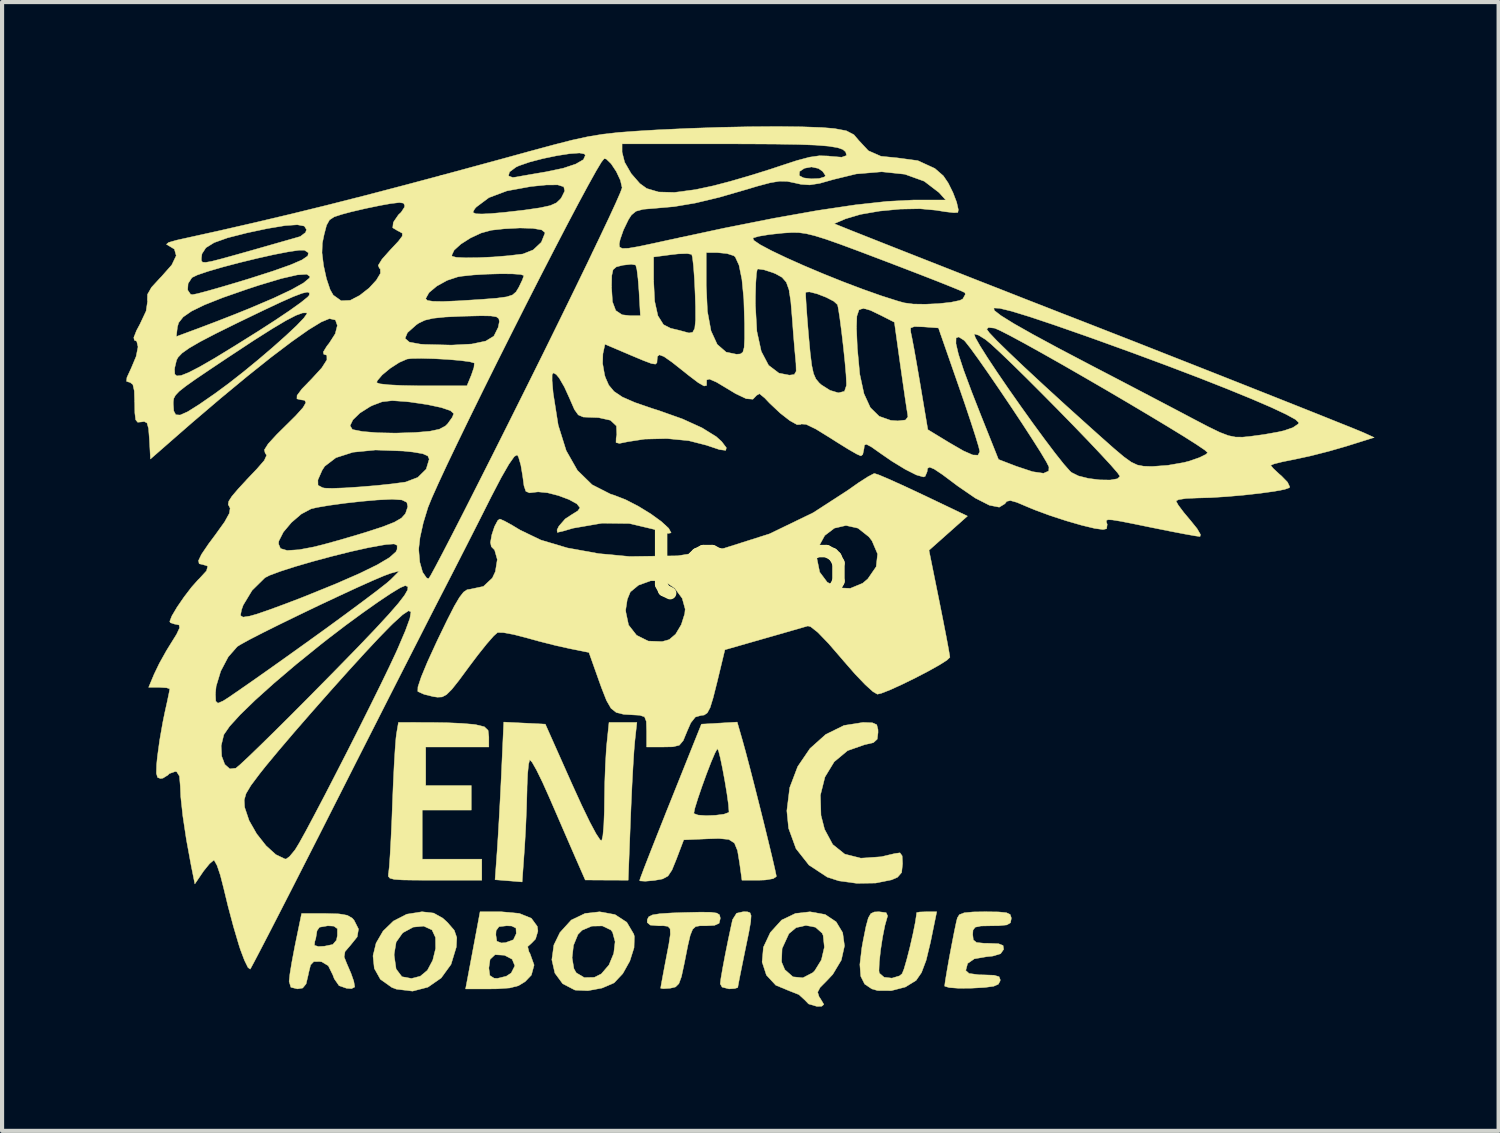
<source format=kicad_pcb>
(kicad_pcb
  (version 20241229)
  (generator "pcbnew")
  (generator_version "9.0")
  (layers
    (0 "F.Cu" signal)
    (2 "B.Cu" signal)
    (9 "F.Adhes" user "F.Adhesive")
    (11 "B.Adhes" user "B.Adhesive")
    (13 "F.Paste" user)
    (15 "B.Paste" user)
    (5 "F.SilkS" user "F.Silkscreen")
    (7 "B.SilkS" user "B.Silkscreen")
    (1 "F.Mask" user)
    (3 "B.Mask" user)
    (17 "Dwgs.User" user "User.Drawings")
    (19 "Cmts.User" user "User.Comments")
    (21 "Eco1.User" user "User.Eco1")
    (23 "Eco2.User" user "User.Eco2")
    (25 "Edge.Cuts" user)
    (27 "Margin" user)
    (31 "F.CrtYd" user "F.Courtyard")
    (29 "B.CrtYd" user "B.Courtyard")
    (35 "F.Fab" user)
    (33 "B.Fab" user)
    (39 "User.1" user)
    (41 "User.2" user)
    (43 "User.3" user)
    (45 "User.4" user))
  (footprint "logo"
    (layer "F.Cu")
    (at 15.019 10.584)
    (property "Reference" "logo" (at 0 0 0) (layer "F.SilkS") (effects (font (size 1.524 1.524) (thickness 0.3))))
    (attr through_hole)
    (fp_poly (pts (xy -0.023 8.383) (xy 0.041 8.405) (xy 0.068 8.476) (xy 0.058 8.623) (xy 0.014 8.875) (xy -0.065 9.259) (xy -0.085 9.356) (xy -0.156 9.707) (xy -0.213 9.99) (xy -0.247 10.169) (xy -0.254 10.212) (xy -0.327 10.236) (xy -0.466 10.245) (xy -0.633 10.202) (xy -0.677 10.123) (xy -0.661 9.989) (xy -0.617 9.734) (xy -0.555 9.406) (xy -0.483 9.049) (xy -0.41 8.708) (xy -0.38 8.572) (xy -0.283 8.418) (xy -0.125 8.382) (xy -0.023 8.383)) (stroke (width 0.01) (type solid)) (fill yes) (layer "F.SilkS"))
    (fp_poly (pts (xy -7.674 3.811) (xy -7.285 3.817) (xy -6.923 3.833) (xy -6.647 3.856) (xy -6.583 3.864) (xy -6.373 3.915) (xy -6.283 4.002) (xy -6.265 4.16) (xy -6.265 4.403) (xy -7.789 4.403) (xy -7.789 5.334) (xy -6.689 5.334) (xy -6.689 5.927) (xy -7.874 5.927) (xy -7.874 7.112) (xy -6.435 7.112) (xy -6.435 7.62) (xy -7.579 7.62) (xy -8.038 7.619) (xy -8.353 7.614) (xy -8.55 7.6) (xy -8.655 7.572) (xy -8.693 7.527) (xy -8.69 7.46) (xy -8.684 7.429) (xy -8.668 7.284) (xy -8.649 7.001) (xy -8.628 6.614) (xy -8.607 6.156) (xy -8.594 5.8) (xy -8.574 5.302) (xy -8.552 4.844) (xy -8.529 4.462) (xy -8.508 4.19) (xy -8.495 4.085) (xy -8.448 3.81) (xy -7.674 3.811)) (stroke (width 0.01) (type solid)) (fill yes) (layer "F.SilkS"))
    (fp_poly (pts (xy -7.597 8.414) (xy -7.377 8.537) (xy -7.264 8.64) (xy -7.099 8.831) (xy -7.039 9.006) (xy -7.051 9.236) (xy -7.178 9.653) (xy -7.416 9.981) (xy -7.736 10.203) (xy -8.106 10.299) (xy -8.498 10.251) (xy -8.608 10.209) (xy -8.884 10.013) (xy -9.031 9.75) (xy -9.062 9.449) (xy -9.06 9.438) (xy -8.551 9.438) (xy -8.504 9.764) (xy -8.364 9.95) (xy -8.133 9.993) (xy -7.92 9.938) (xy -7.749 9.796) (xy -7.62 9.553) (xy -7.55 9.269) (xy -7.553 9.004) (xy -7.637 8.822) (xy -7.838 8.729) (xy -8.091 8.753) (xy -8.334 8.885) (xy -8.355 8.905) (xy -8.503 9.114) (xy -8.551 9.403) (xy -8.551 9.438) (xy -9.06 9.438) (xy -8.988 9.139) (xy -8.819 8.848) (xy -8.569 8.606) (xy -8.248 8.441) (xy -7.879 8.382) (xy -7.597 8.414)) (stroke (width 0.01) (type solid)) (fill yes) (layer "F.SilkS"))
    (fp_poly (pts (xy 2.998 3.819) (xy 3.102 3.866) (xy 3.132 3.984) (xy 3.133 4.053) (xy 3.113 4.215) (xy 3.021 4.299) (xy 2.809 4.348) (xy 2.807 4.348) (xy 2.397 4.492) (xy 2.074 4.761) (xy 1.851 5.128) (xy 1.741 5.568) (xy 1.755 6.053) (xy 1.842 6.392) (xy 2.039 6.758) (xy 2.329 6.99) (xy 2.718 7.088) (xy 3.209 7.054) (xy 3.535 6.977) (xy 3.662 6.959) (xy 3.715 7.032) (xy 3.725 7.221) (xy 3.703 7.434) (xy 3.604 7.549) (xy 3.459 7.612) (xy 3.074 7.689) (xy 2.623 7.696) (xy 2.186 7.636) (xy 1.905 7.545) (xy 1.465 7.255) (xy 1.152 6.858) (xy 0.973 6.366) (xy 0.931 5.944) (xy 1 5.385) (xy 1.193 4.876) (xy 1.49 4.44) (xy 1.869 4.101) (xy 2.311 3.883) (xy 2.772 3.81) (xy 2.998 3.819)) (stroke (width 0.01) (type solid)) (fill yes) (layer "F.SilkS"))
    (fp_poly (pts (xy -3.219 8.45) (xy -2.934 8.636) (xy -2.766 8.921) (xy -2.751 8.977) (xy -2.759 9.251) (xy -2.861 9.573) (xy -3.03 9.875) (xy -3.234 10.093) (xy -3.251 10.104) (xy -3.533 10.225) (xy -3.873 10.288) (xy -4.175 10.275) (xy -4.191 10.271) (xy -4.482 10.12) (xy -4.67 9.864) (xy -4.744 9.54) (xy -4.737 9.493) (xy -4.255 9.493) (xy -4.211 9.756) (xy -4.155 9.856) (xy -3.962 9.971) (xy -3.719 9.966) (xy -3.549 9.882) (xy -3.364 9.666) (xy -3.249 9.388) (xy -3.216 9.105) (xy -3.278 8.875) (xy -3.319 8.822) (xy -3.523 8.724) (xy -3.779 8.729) (xy -4.013 8.828) (xy -4.113 8.93) (xy -4.221 9.193) (xy -4.255 9.493) (xy -4.737 9.493) (xy -4.695 9.185) (xy -4.548 8.883) (xy -4.275 8.582) (xy -3.94 8.422) (xy -3.589 8.383) (xy -3.219 8.45)) (stroke (width 0.01) (type solid)) (fill yes) (layer "F.SilkS"))
    (fp_poly (pts (xy -0.903 8.394) (xy -0.76 8.414) (xy -0.695 8.456) (xy -0.678 8.525) (xy -0.677 8.548) (xy -0.705 8.661) (xy -0.817 8.711) (xy -1.014 8.721) (xy -1.167 8.721) (xy -1.272 8.74) (xy -1.344 8.807) (xy -1.402 8.95) (xy -1.46 9.198) (xy -1.535 9.578) (xy -1.55 9.652) (xy -1.614 9.949) (xy -1.676 10.118) (xy -1.757 10.198) (xy -1.882 10.228) (xy -1.887 10.229) (xy -2.054 10.24) (xy -2.117 10.229) (xy -2.102 10.139) (xy -2.063 9.925) (xy -2.007 9.627) (xy -1.99 9.539) (xy -1.918 9.164) (xy -1.882 8.925) (xy -1.888 8.792) (xy -1.943 8.734) (xy -2.052 8.72) (xy -2.165 8.721) (xy -2.368 8.704) (xy -2.441 8.641) (xy -2.439 8.572) (xy -2.405 8.504) (xy -2.314 8.458) (xy -2.135 8.429) (xy -1.838 8.41) (xy -1.544 8.4) (xy -1.154 8.391) (xy -0.903 8.394)) (stroke (width 0.01) (type solid)) (fill yes) (layer "F.SilkS"))
    (fp_poly (pts (xy 4.401 9.112) (xy 4.295 9.552) (xy 4.182 9.852) (xy 4.052 10.04) (xy 4.052 10.04) (xy 3.792 10.2) (xy 3.455 10.287) (xy 3.122 10.285) (xy 2.983 10.245) (xy 2.81 10.129) (xy 2.716 9.941) (xy 2.694 9.657) (xy 2.742 9.251) (xy 2.774 9.074) (xy 2.842 8.736) (xy 2.898 8.531) (xy 2.959 8.426) (xy 3.044 8.387) (xy 3.156 8.382) (xy 3.329 8.404) (xy 3.364 8.482) (xy 3.356 8.51) (xy 3.299 8.712) (xy 3.242 8.998) (xy 3.194 9.312) (xy 3.163 9.599) (xy 3.155 9.806) (xy 3.164 9.864) (xy 3.279 9.963) (xy 3.468 9.985) (xy 3.652 9.93) (xy 3.714 9.878) (xy 3.76 9.764) (xy 3.827 9.533) (xy 3.903 9.236) (xy 3.975 8.922) (xy 4.032 8.64) (xy 4.062 8.441) (xy 4.064 8.403) (xy 4.137 8.388) (xy 4.307 8.382) (xy 4.55 8.382) (xy 4.401 9.112)) (stroke (width 0.01) (type solid)) (fill yes) (layer "F.SilkS"))
    (fp_poly (pts (xy 1.856 8.448) (xy 2.121 8.625) (xy 2.279 8.887) (xy 2.323 9.205) (xy 2.246 9.55) (xy 2.041 9.893) (xy 1.901 10.042) (xy 1.733 10.212) (xy 1.675 10.324) (xy 1.708 10.431) (xy 1.746 10.488) (xy 1.824 10.619) (xy 1.774 10.664) (xy 1.659 10.668) (xy 1.456 10.608) (xy 1.361 10.51) (xy 1.222 10.383) (xy 1.007 10.298) (xy 1.002 10.297) (xy 0.663 10.156) (xy 0.437 9.912) (xy 0.334 9.596) (xy 0.334 9.593) (xy 0.803 9.593) (xy 0.882 9.78) (xy 1.078 9.953) (xy 1.318 9.977) (xy 1.558 9.852) (xy 1.604 9.806) (xy 1.765 9.545) (xy 1.837 9.237) (xy 1.808 8.956) (xy 1.783 8.899) (xy 1.622 8.756) (xy 1.391 8.712) (xy 1.154 8.766) (xy 0.981 8.911) (xy 0.816 9.271) (xy 0.803 9.593) (xy 0.334 9.593) (xy 0.365 9.238) (xy 0.532 8.883) (xy 0.805 8.582) (xy 1.14 8.422) (xy 1.491 8.383) (xy 1.856 8.448)) (stroke (width 0.01) (type solid)) (fill yes) (layer "F.SilkS"))
    (fp_poly (pts (xy -5.529 8.422) (xy -5.238 8.54) (xy -5.095 8.735) (xy -5.08 8.848) (xy -5.137 9.04) (xy -5.228 9.135) (xy -5.327 9.224) (xy -5.297 9.347) (xy -5.271 9.392) (xy -5.172 9.669) (xy -5.238 9.912) (xy -5.388 10.069) (xy -5.551 10.168) (xy -5.76 10.222) (xy -6.065 10.243) (xy -6.219 10.245) (xy -6.827 10.245) (xy -6.732 9.742) (xy -6.265 9.742) (xy -6.241 9.921) (xy -6.14 9.986) (xy -6.06 9.991) (xy -5.844 9.939) (xy -5.725 9.861) (xy -5.637 9.687) (xy -5.702 9.529) (xy -5.889 9.432) (xy -6.115 9.419) (xy -6.235 9.532) (xy -6.265 9.742) (xy -6.732 9.742) (xy -6.581 8.938) (xy -6.096 8.938) (xy -6.072 9.093) (xy -5.963 9.135) (xy -5.863 9.128) (xy -5.672 9.058) (xy -5.603 8.911) (xy -5.61 8.777) (xy -5.713 8.726) (xy -5.836 8.721) (xy -6.02 8.742) (xy -6.089 8.835) (xy -6.096 8.938) (xy -6.581 8.938) (xy -6.477 8.382) (xy -5.967 8.382) (xy -5.529 8.422)) (stroke (width 0.01) (type solid)) (fill yes) (layer "F.SilkS"))
    (fp_poly (pts (xy -9.886 8.433) (xy -9.685 8.467) (xy -9.563 8.537) (xy -9.518 8.589) (xy -9.412 8.799) (xy -9.444 8.989) (xy -9.604 9.188) (xy -9.738 9.344) (xy -9.759 9.473) (xy -9.697 9.629) (xy -9.593 9.871) (xy -9.526 10.061) (xy -9.503 10.199) (xy -9.581 10.239) (xy -9.701 10.23) (xy -9.882 10.167) (xy -9.997 10.001) (xy -10.033 9.906) (xy -10.142 9.686) (xy -10.298 9.592) (xy -10.349 9.584) (xy -10.492 9.586) (xy -10.569 9.666) (xy -10.619 9.867) (xy -10.625 9.901) (xy -10.678 10.124) (xy -10.76 10.224) (xy -10.887 10.245) (xy -11.045 10.206) (xy -11.088 10.064) (xy -11.087 10.054) (xy -11.069 9.886) (xy -11.023 9.604) (xy -10.958 9.26) (xy -10.945 9.193) (xy -10.477 9.193) (xy -10.379 9.222) (xy -10.235 9.214) (xy -10.033 9.172) (xy -9.944 9.068) (xy -9.922 8.954) (xy -9.922 8.791) (xy -10.009 8.729) (xy -10.154 8.721) (xy -10.356 8.756) (xy -10.414 8.841) (xy -10.444 9.025) (xy -10.468 9.101) (xy -10.477 9.193) (xy -10.945 9.193) (xy -10.935 9.144) (xy -10.786 8.424) (xy -10.212 8.424) (xy -9.886 8.433)) (stroke (width 0.01) (type solid)) (fill yes) (layer "F.SilkS"))
    (fp_poly (pts (xy 6.044 8.386) (xy 6.233 8.405) (xy 6.323 8.447) (xy 6.349 8.523) (xy 6.35 8.551) (xy 6.33 8.649) (xy 6.242 8.7) (xy 6.048 8.719) (xy 5.884 8.721) (xy 5.618 8.726) (xy 5.479 8.755) (xy 5.426 8.827) (xy 5.419 8.932) (xy 5.434 9.062) (xy 5.511 9.124) (xy 5.693 9.143) (xy 5.806 9.144) (xy 6.044 9.154) (xy 6.152 9.196) (xy 6.166 9.285) (xy 6.165 9.292) (xy 6.093 9.395) (xy 5.906 9.452) (xy 5.758 9.467) (xy 5.457 9.519) (xy 5.296 9.631) (xy 5.251 9.8) (xy 5.33 9.872) (xy 5.571 9.904) (xy 5.679 9.906) (xy 5.934 9.915) (xy 6.056 9.95) (xy 6.084 10.025) (xy 6.08 10.054) (xy 6.038 10.132) (xy 5.926 10.181) (xy 5.71 10.21) (xy 5.397 10.227) (xy 5.083 10.23) (xy 4.853 10.213) (xy 4.745 10.181) (xy 4.741 10.173) (xy 4.757 10.05) (xy 4.797 9.809) (xy 4.852 9.497) (xy 4.915 9.164) (xy 4.975 8.857) (xy 5.024 8.624) (xy 5.048 8.53) (xy 5.097 8.452) (xy 5.213 8.407) (xy 5.431 8.386) (xy 5.721 8.382) (xy 6.044 8.386)) (stroke (width 0.01) (type solid)) (fill yes) (layer "F.SilkS"))
    (fp_poly (pts (xy -4.901 3.852) (xy -4.252 5.309) (xy -4.022 5.813) (xy -3.828 6.214) (xy -3.677 6.496) (xy -3.577 6.647) (xy -3.539 6.663) (xy -3.511 6.54) (xy -3.489 6.288) (xy -3.476 5.95) (xy -3.473 5.706) (xy -3.466 5.269) (xy -3.45 4.828) (xy -3.428 4.454) (xy -3.417 4.33) (xy -3.363 3.81) (xy -2.69 3.81) (xy -2.739 4.255) (xy -2.759 4.49) (xy -2.782 4.855) (xy -2.807 5.31) (xy -2.83 5.816) (xy -2.844 6.16) (xy -2.9 7.62) (xy -3.419 7.618) (xy -3.937 7.615) (xy -4.168 7.089) (xy -4.297 6.792) (xy -4.469 6.396) (xy -4.659 5.957) (xy -4.81 5.61) (xy -4.971 5.251) (xy -5.112 4.963) (xy -5.219 4.774) (xy -5.276 4.712) (xy -5.278 4.713) (xy -5.305 4.819) (xy -5.328 5.05) (xy -5.342 5.361) (xy -5.343 5.454) (xy -5.355 5.883) (xy -5.376 6.381) (xy -5.403 6.849) (xy -5.407 6.9) (xy -5.461 7.662) (xy -5.788 7.635) (xy -6.115 7.609) (xy -6.065 6.916) (xy -6.042 6.562) (xy -6.015 6.098) (xy -5.987 5.579) (xy -5.962 5.065) (xy -5.96 5.013) (xy -5.905 3.802) (xy -4.901 3.852)) (stroke (width 0.01) (type solid)) (fill yes) (layer "F.SilkS"))
    (fp_poly (pts (xy -0.139 4.25) (xy -0.065 4.518) (xy 0.031 4.882) (xy 0.141 5.309) (xy 0.258 5.771) (xy 0.374 6.235) (xy 0.481 6.672) (xy 0.572 7.05) (xy 0.639 7.338) (xy 0.674 7.505) (xy 0.677 7.532) (xy 0.601 7.583) (xy 0.404 7.615) (xy 0.262 7.62) (xy -0.153 7.62) (xy -0.209 7.214) (xy -0.26 6.906) (xy -0.335 6.723) (xy -0.471 6.636) (xy -0.709 6.613) (xy -0.977 6.621) (xy -1.559 6.646) (xy -1.736 7.112) (xy -1.843 7.375) (xy -1.939 7.519) (xy -2.067 7.589) (xy -2.269 7.626) (xy -2.486 7.645) (xy -2.612 7.637) (xy -2.625 7.626) (xy -2.594 7.537) (xy -2.51 7.313) (xy -2.379 6.977) (xy -2.211 6.551) (xy -2.015 6.058) (xy -1.993 6.001) (xy -1.315 6.001) (xy -1.313 6.01) (xy -1.214 6.047) (xy -1.018 6.061) (xy -0.789 6.052) (xy -0.587 6.026) (xy -0.473 5.984) (xy -0.466 5.969) (xy -0.479 5.795) (xy -0.515 5.535) (xy -0.565 5.232) (xy -0.621 4.929) (xy -0.675 4.668) (xy -0.72 4.493) (xy -0.747 4.444) (xy -0.805 4.55) (xy -0.897 4.766) (xy -1.007 5.05) (xy -1.119 5.359) (xy -1.218 5.649) (xy -1.289 5.877) (xy -1.315 6.001) (xy -1.993 6.001) (xy -1.878 5.715) (xy -1.132 3.852) (xy -0.7 3.827) (xy -0.268 3.802) (xy -0.139 4.25)) (stroke (width 0.01) (type solid)) (fill yes) (layer "F.SilkS"))
    (fp_poly (pts (xy 3.152 -2.167) (xy 3.379 -2.071) (xy 3.697 -1.928) (xy 4.078 -1.751) (xy 4.213 -1.687) (xy 5.292 -1.172) (xy 4.363 -0.346) (xy 4.616 0.906) (xy 4.704 1.349) (xy 4.779 1.734) (xy 4.834 2.029) (xy 4.864 2.206) (xy 4.868 2.238) (xy 4.797 2.307) (xy 4.609 2.426) (xy 4.34 2.576) (xy 4.029 2.738) (xy 3.712 2.893) (xy 3.427 3.023) (xy 3.212 3.107) (xy 3.117 3.129) (xy 3.011 3.068) (xy 2.823 2.898) (xy 2.579 2.643) (xy 2.302 2.326) (xy 2.27 2.288) (xy 1.937 1.903) (xy 1.68 1.637) (xy 1.506 1.499) (xy 1.439 1.481) (xy 1.31 1.518) (xy 1.057 1.591) (xy 0.717 1.689) (xy 0.374 1.787) (xy -0.565 2.056) (xy -0.756 2.849) (xy -0.849 3.217) (xy -0.921 3.451) (xy -0.989 3.579) (xy -1.065 3.632) (xy -1.139 3.641) (xy -1.278 3.68) (xy -1.389 3.821) (xy -1.477 4.022) (xy -1.571 4.249) (xy -1.666 4.361) (xy -1.821 4.399) (xy -2.039 4.403) (xy -2.455 4.403) (xy -2.455 4.022) (xy -2.462 3.787) (xy -2.506 3.675) (xy -2.623 3.637) (xy -2.752 3.63) (xy -3.01 3.615) (xy -3.187 3.571) (xy -3.315 3.47) (xy -3.424 3.281) (xy -3.544 2.975) (xy -3.608 2.797) (xy -3.848 2.121) (xy -4.316 2.027) (xy -4.654 1.952) (xy -5.056 1.85) (xy -5.363 1.765) (xy -5.666 1.687) (xy -5.913 1.642) (xy -6.053 1.639) (xy -6.056 1.64) (xy -6.149 1.723) (xy -6.316 1.914) (xy -6.531 2.183) (xy -6.739 2.459) (xy -6.986 2.794) (xy -7.16 3.013) (xy -7.287 3.139) (xy -7.393 3.195) (xy -7.504 3.201) (xy -7.605 3.187) (xy -7.826 3.133) (xy -7.973 3.067) (xy -7.981 3.06) (xy -7.977 2.952) (xy -7.897 2.711) (xy -7.747 2.349) (xy -7.533 1.882) (xy -7.488 1.787) (xy -7.266 1.329) (xy -7.162 1.126) (xy -2.961 1.126) (xy -2.891 1.458) (xy -2.698 1.705) (xy -2.416 1.846) (xy -2.08 1.858) (xy -1.909 1.81) (xy -1.755 1.679) (xy -1.618 1.449) (xy -1.535 1.187) (xy -1.524 1.074) (xy -1.596 0.813) (xy -1.777 0.569) (xy -2.013 0.408) (xy -2.067 0.39) (xy -2.355 0.39) (xy -2.65 0.496) (xy -2.848 0.659) (xy -2.922 0.839) (xy -2.96 1.088) (xy -2.961 1.126) (xy -7.162 1.126) (xy -7.1 1.004) (xy -6.974 0.79) (xy -6.876 0.664) (xy -6.791 0.606) (xy -6.712 0.593) (xy -6.396 0.526) (xy -6.181 0.324) (xy -6.108 0.169) (xy -6.061 -0.123) (xy -6.07 -0.156) (xy 1.655 -0.156) (xy 1.724 0.181) (xy 1.906 0.424) (xy 2.165 0.56) (xy 2.463 0.573) (xy 2.762 0.449) (xy 2.885 0.345) (xy 3.088 0.05) (xy 3.122 -0.258) (xy 2.987 -0.574) (xy 2.913 -0.671) (xy 2.649 -0.88) (xy 2.359 -0.945) (xy 2.08 -0.881) (xy 1.846 -0.703) (xy 1.694 -0.425) (xy 1.655 -0.156) (xy -6.07 -0.156) (xy -6.126 -0.353) (xy -6.205 -0.434) (xy -6.226 -0.536) (xy -6.193 -0.721) (xy -6.127 -0.921) (xy -6.049 -1.067) (xy -6 -1.101) (xy -5.9 -1.059) (xy -5.704 -0.952) (xy -5.512 -0.836) (xy -5.009 -0.594) (xy -4.367 -0.403) (xy -3.61 -0.266) (xy -2.862 -0.196) (xy -1.708 -0.213) (xy -0.581 -0.396) (xy 0.512 -0.743) (xy 1.566 -1.253) (xy 2.391 -1.787) (xy 2.663 -1.978) (xy 2.888 -2.122) (xy 3.028 -2.196) (xy 3.048 -2.201) (xy 3.152 -2.167)) (stroke (width 0.01) (type solid)) (fill yes) (layer "F.SilkS"))
    (fp_poly (pts (xy 1.302 -10.572) (xy 1.78 -10.555) (xy 2.08 -10.53) (xy 2.368 -10.476) (xy 2.55 -10.381) (xy 2.67 -10.24) (xy 2.9 -9.994) (xy 3.203 -9.861) (xy 3.605 -9.821) (xy 4.094 -9.755) (xy 4.504 -9.567) (xy 4.71 -9.388) (xy 4.828 -9.214) (xy 4.942 -8.984) (xy 5.031 -8.751) (xy 5.072 -8.57) (xy 5.06 -8.504) (xy 4.964 -8.498) (xy 4.753 -8.522) (xy 4.532 -8.558) (xy 4.144 -8.594) (xy 3.668 -8.585) (xy 3.168 -8.537) (xy 2.708 -8.457) (xy 2.35 -8.351) (xy 2.337 -8.345) (xy 2.074 -8.233) (xy 2.286 -8.148) (xy 2.484 -8.068) (xy 2.815 -7.937) (xy 3.252 -7.764) (xy 3.772 -7.559) (xy 4.349 -7.332) (xy 4.957 -7.093) (xy 5.571 -6.851) (xy 6.167 -6.618) (xy 6.718 -6.401) (xy 7.201 -6.213) (xy 7.588 -6.061) (xy 7.832 -5.967) (xy 8.25 -5.804) (xy 8.761 -5.604) (xy 9.345 -5.376) (xy 9.981 -5.125) (xy 10.65 -4.862) (xy 11.332 -4.593) (xy 12.007 -4.326) (xy 12.655 -4.069) (xy 13.257 -3.83) (xy 13.792 -3.617) (xy 14.24 -3.437) (xy 14.583 -3.3) (xy 14.799 -3.211) (xy 14.859 -3.186) (xy 15.113 -3.07) (xy 14.436 -2.858) (xy 14.023 -2.739) (xy 13.58 -2.626) (xy 13.201 -2.544) (xy 13.187 -2.541) (xy 12.902 -2.484) (xy 12.698 -2.433) (xy 12.615 -2.399) (xy 12.615 -2.398) (xy 12.674 -2.325) (xy 12.819 -2.189) (xy 12.874 -2.142) (xy 13.021 -1.991) (xy 13.074 -1.878) (xy 13.065 -1.857) (xy 12.949 -1.816) (xy 12.703 -1.77) (xy 12.363 -1.723) (xy 11.969 -1.679) (xy 11.558 -1.643) (xy 11.168 -1.618) (xy 10.841 -1.609) (xy 10.572 -1.598) (xy 10.387 -1.569) (xy 10.329 -1.536) (xy 10.381 -1.439) (xy 10.517 -1.258) (xy 10.675 -1.07) (xy 10.837 -0.869) (xy 10.919 -0.727) (xy 10.908 -0.678) (xy 10.785 -0.695) (xy 10.533 -0.74) (xy 10.188 -0.806) (xy 9.787 -0.887) (xy 9.779 -0.888) (xy 9.317 -0.983) (xy 8.997 -1.046) (xy 8.794 -1.079) (xy 8.685 -1.085) (xy 8.645 -1.064) (xy 8.65 -1.019) (xy 8.667 -0.974) (xy 8.652 -0.867) (xy 8.568 -0.847) (xy 8.364 -0.875) (xy 8.049 -0.951) (xy 7.672 -1.06) (xy 7.28 -1.188) (xy 6.92 -1.321) (xy 6.755 -1.389) (xy 6.486 -1.503) (xy 6.329 -1.547) (xy 6.242 -1.528) (xy 6.195 -1.469) (xy 6.06 -1.387) (xy 5.821 -1.434) (xy 5.483 -1.606) (xy 5.052 -1.902) (xy 4.995 -1.945) (xy 4.689 -2.174) (xy 4.49 -2.307) (xy 4.378 -2.354) (xy 4.328 -2.323) (xy 4.318 -2.244) (xy 4.27 -2.131) (xy 4.229 -2.117) (xy 4.057 -2.166) (xy 3.79 -2.301) (xy 3.464 -2.5) (xy 3.196 -2.685) (xy 2.972 -2.843) (xy 2.852 -2.906) (xy 2.803 -2.885) (xy 2.794 -2.801) (xy 2.764 -2.66) (xy 2.72 -2.625) (xy 2.621 -2.668) (xy 2.417 -2.785) (xy 2.143 -2.955) (xy 1.988 -3.054) (xy 1.631 -3.274) (xy 1.397 -3.387) (xy 1.279 -3.396) (xy 1.269 -3.385) (xy 1.177 -3.38) (xy 1.001 -3.478) (xy 0.769 -3.659) (xy 0.511 -3.902) (xy 0.398 -4.022) (xy 0.27 -4.127) (xy 0.2 -4.087) (xy 0.199 -4.085) (xy 0.111 -3.994) (xy -0.05 -4.007) (xy -0.304 -4.127) (xy -0.479 -4.233) (xy -0.768 -4.406) (xy -0.938 -4.48) (xy -1.005 -4.46) (xy -1.006 -4.424) (xy -1.007 -4.326) (xy -1.068 -4.313) (xy -1.209 -4.394) (xy -1.45 -4.577) (xy -1.544 -4.653) (xy -1.843 -4.889) (xy -2.036 -5.024) (xy -2.146 -5.066) (xy -2.194 -5.027) (xy -2.201 -4.953) (xy -2.206 -4.875) (xy -2.242 -4.841) (xy -2.339 -4.856) (xy -2.528 -4.927) (xy -2.839 -5.057) (xy -2.878 -5.074) (xy -3.461 -5.322) (xy -3.511 -5.09) (xy -3.518 -4.858) (xy -3.469 -4.579) (xy -3.453 -4.525) (xy -3.37 -4.335) (xy -3.242 -4.182) (xy -3.041 -4.047) (xy -2.739 -3.915) (xy -2.308 -3.767) (xy -2.159 -3.72) (xy -1.59 -3.518) (xy -1.119 -3.304) (xy -0.775 -3.091) (xy -0.643 -2.972) (xy -0.53 -2.823) (xy -0.545 -2.759) (xy -0.694 -2.777) (xy -0.986 -2.875) (xy -1.001 -2.881) (xy -1.44 -2.993) (xy -1.965 -3.044) (xy -2.503 -3.031) (xy -2.905 -2.969) (xy -3.112 -2.927) (xy -3.194 -2.948) (xy -3.191 -3.056) (xy -3.175 -3.135) (xy -3.184 -3.349) (xy -3.329 -3.486) (xy -3.618 -3.55) (xy -3.795 -3.556) (xy -3.985 -3.564) (xy -4.105 -3.615) (xy -4.198 -3.745) (xy -4.306 -3.992) (xy -4.317 -4.018) (xy -4.441 -4.29) (xy -4.565 -4.504) (xy -4.636 -4.59) (xy -4.704 -4.631) (xy -4.737 -4.59) (xy -4.738 -4.441) (xy -4.713 -4.153) (xy -4.71 -4.129) (xy -4.59 -3.368) (xy -4.397 -2.753) (xy -4.126 -2.276) (xy -3.771 -1.929) (xy -3.329 -1.704) (xy -3.235 -1.674) (xy -2.964 -1.569) (xy -2.659 -1.412) (xy -2.358 -1.228) (xy -2.1 -1.041) (xy -1.922 -0.877) (xy -1.863 -0.768) (xy -1.933 -0.754) (xy -2.115 -0.796) (xy -2.287 -0.855) (xy -2.87 -0.993) (xy -3.529 -1.001) (xy -4.23 -0.88) (xy -4.473 -0.809) (xy -4.611 -0.778) (xy -4.618 -0.839) (xy -4.574 -0.928) (xy -4.421 -1.104) (xy -4.27 -1.203) (xy -4.117 -1.298) (xy -4.064 -1.373) (xy -4.139 -1.468) (xy -4.329 -1.572) (xy -4.583 -1.667) (xy -4.848 -1.735) (xy -5.074 -1.757) (xy -5.123 -1.752) (xy -5.284 -1.733) (xy -5.371 -1.77) (xy -5.416 -1.902) (xy -5.448 -2.138) (xy -5.492 -2.402) (xy -5.548 -2.595) (xy -5.58 -2.65) (xy -5.65 -2.611) (xy -5.781 -2.425) (xy -5.967 -2.101) (xy -6.204 -1.647) (xy -6.228 -1.599) (xy -6.495 -1.069) (xy -6.8 -0.468) (xy -7.104 0.128) (xy -7.364 0.634) (xy -7.516 0.929) (xy -7.734 1.355) (xy -8.008 1.894) (xy -8.329 2.524) (xy -8.687 3.228) (xy -9.071 3.985) (xy -9.472 4.775) (xy -9.879 5.58) (xy -9.948 5.715) (xy -10.334 6.478) (xy -10.699 7.195) (xy -11.034 7.853) (xy -11.333 8.437) (xy -11.588 8.933) (xy -11.792 9.326) (xy -11.937 9.603) (xy -12.016 9.749) (xy -12.028 9.768) (xy -12.081 9.728) (xy -12.165 9.558) (xy -12.266 9.291) (xy -12.303 9.175) (xy -12.431 8.743) (xy -12.562 8.251) (xy -12.669 7.81) (xy -12.749 7.497) (xy -12.828 7.264) (xy -12.893 7.146) (xy -12.911 7.139) (xy -13.01 7.223) (xy -13.148 7.393) (xy -13.18 7.439) (xy -13.364 7.71) (xy -13.454 7.263) (xy -13.569 6.637) (xy -13.654 6.072) (xy -13.696 5.683) (xy -12.172 5.683) (xy -12.163 5.843) (xy -12.158 5.871) (xy -12.054 6.18) (xy -11.872 6.499) (xy -11.646 6.786) (xy -11.408 7.002) (xy -11.191 7.106) (xy -11.161 7.109) (xy -11.078 7.049) (xy -10.953 6.898) (xy -10.939 6.879) (xy -10.842 6.719) (xy -10.683 6.432) (xy -10.475 6.041) (xy -10.228 5.571) (xy -9.958 5.047) (xy -9.674 4.493) (xy -9.391 3.933) (xy -9.121 3.392) (xy -8.875 2.894) (xy -8.667 2.464) (xy -8.508 2.125) (xy -8.466 2.031) (xy -8.279 1.593) (xy -8.172 1.299) (xy -8.146 1.141) (xy -8.203 1.114) (xy -8.346 1.209) (xy -8.578 1.42) (xy -8.643 1.484) (xy -8.907 1.754) (xy -9.254 2.125) (xy -9.658 2.568) (xy -10.094 3.055) (xy -10.537 3.557) (xy -10.962 4.045) (xy -11.341 4.49) (xy -11.651 4.863) (xy -11.804 5.056) (xy -12.012 5.334) (xy -12.128 5.529) (xy -12.172 5.683) (xy -13.696 5.683) (xy -13.704 5.606) (xy -13.715 5.355) (xy -13.736 5.108) (xy -13.802 5.003) (xy -13.838 4.995) (xy -13.982 5.047) (xy -14.012 5.08) (xy -14.134 5.156) (xy -14.195 5.165) (xy -14.264 5.139) (xy -14.293 5.039) (xy -14.287 4.829) (xy -14.268 4.636) (xy -14.232 4.374) (xy -12.729 4.374) (xy -12.716 4.625) (xy -12.641 4.824) (xy -12.519 4.932) (xy -12.374 4.915) (xy -12.279 4.836) (xy -12.083 4.654) (xy -11.802 4.383) (xy -11.453 4.041) (xy -11.053 3.644) (xy -10.62 3.209) (xy -10.613 3.202) (xy -9.969 2.549) (xy -9.437 2.004) (xy -9.013 1.56) (xy -8.687 1.207) (xy -8.452 0.937) (xy -8.301 0.741) (xy -8.226 0.61) (xy -8.219 0.536) (xy -8.273 0.509) (xy -8.287 0.508) (xy -8.405 0.558) (xy -8.631 0.695) (xy -8.942 0.903) (xy -9.313 1.165) (xy -9.72 1.463) (xy -10.138 1.782) (xy -10.329 1.932) (xy -10.921 2.411) (xy -11.451 2.862) (xy -11.905 3.27) (xy -12.268 3.622) (xy -12.525 3.904) (xy -12.661 4.101) (xy -12.666 4.112) (xy -12.729 4.374) (xy -14.232 4.374) (xy -14.214 4.241) (xy -14.138 3.807) (xy -14.09 3.572) (xy -14.028 3.292) (xy -13.991 3.114) (xy -12.867 3.114) (xy -12.859 3.298) (xy -12.807 3.346) (xy -12.682 3.292) (xy -12.564 3.217) (xy -12.33 3.057) (xy -11.999 2.827) (xy -11.591 2.54) (xy -11.128 2.211) (xy -10.671 1.884) (xy -10.171 1.524) (xy -9.708 1.185) (xy -9.301 0.883) (xy -8.972 0.635) (xy -8.742 0.455) (xy -8.636 0.364) (xy -8.424 0.152) (xy -8.636 0.209) (xy -8.803 0.271) (xy -9.089 0.393) (xy -9.467 0.563) (xy -9.907 0.767) (xy -10.382 0.99) (xy -10.862 1.221) (xy -11.32 1.444) (xy -11.726 1.646) (xy -12.053 1.814) (xy -12.271 1.935) (xy -12.34 1.979) (xy -12.558 2.228) (xy -12.739 2.572) (xy -12.85 2.937) (xy -12.867 3.114) (xy -13.991 3.114) (xy -13.985 3.085) (xy -13.97 3) (xy -14.044 2.974) (xy -14.221 2.963) (xy -14.225 2.963) (xy -14.48 2.963) (xy -14.348 2.647) (xy -14.221 2.383) (xy -14.05 2.077) (xy -13.966 1.941) (xy -13.804 1.68) (xy -13.733 1.528) (xy -13.744 1.458) (xy -13.831 1.439) (xy -13.843 1.439) (xy -13.956 1.402) (xy -13.97 1.371) (xy -13.921 1.243) (xy -13.913 1.229) (xy -12.263 1.229) (xy -12.2 1.268) (xy -12.038 1.243) (xy -11.865 1.194) (xy -11.572 1.093) (xy -11.199 0.956) (xy -10.783 0.797) (xy -10.695 0.762) (xy -9.961 0.464) (xy -9.382 0.211) (xy -8.952 0.000154) (xy -8.663 -0.172) (xy -8.509 -0.309) (xy -8.48 -0.37) (xy -7.959 -0.37) (xy -7.933 -0.062) (xy -7.864 0.183) (xy -7.768 0.322) (xy -7.72 0.339) (xy -7.672 0.265) (xy -7.556 0.052) (xy -7.378 -0.286) (xy -7.145 -0.737) (xy -6.863 -1.288) (xy -6.54 -1.926) (xy -6.181 -2.637) (xy -5.794 -3.409) (xy -5.385 -4.229) (xy -5.351 -4.297) (xy -4.94 -5.125) (xy -4.553 -5.911) (xy -4.196 -6.642) (xy -4.17 -6.695) (xy -3.302 -6.695) (xy -3.28 -6.347) (xy -3.2 -6.135) (xy -3.046 -6.033) (xy -2.852 -6.011) (xy -2.606 -6.011) (xy -2.639 -6.599) (xy -2.662 -6.899) (xy -2.69 -7.126) (xy -2.719 -7.234) (xy -2.719 -7.235) (xy -2.827 -7.253) (xy -3.023 -7.231) (xy -3.034 -7.229) (xy -3.186 -7.19) (xy -3.266 -7.121) (xy -3.297 -6.977) (xy -3.302 -6.71) (xy -3.302 -6.695) (xy -4.17 -6.695) (xy -3.875 -7.303) (xy -3.815 -7.429) (xy -2.286 -7.429) (xy -2.286 -6.86) (xy -2.261 -6.361) (xy -2.183 -6.01) (xy -2.048 -5.795) (xy -1.875 -5.707) (xy -1.677 -5.66) (xy -1.566 -5.63) (xy -1.432 -5.594) (xy -1.343 -5.611) (xy -1.293 -5.705) (xy -1.273 -5.902) (xy -1.274 -6.226) (xy -1.283 -6.513) (xy -1.293 -6.744) (xy -1.016 -6.744) (xy -0.987 -6.117) (xy -0.9 -5.644) (xy -0.75 -5.318) (xy -0.536 -5.132) (xy -0.287 -5.08) (xy -0.19 -5.087) (xy -0.131 -5.131) (xy -0.1 -5.244) (xy -0.089 -5.46) (xy -0.09 -5.812) (xy -0.09 -5.821) (xy -0.104 -6.272) (xy 0.171 -6.272) (xy 0.207 -5.635) (xy 0.313 -5.15) (xy 0.49 -4.814) (xy 0.74 -4.624) (xy 0.993 -4.575) (xy 1.11 -4.59) (xy 1.156 -4.669) (xy 1.151 -4.859) (xy 1.144 -4.932) (xy 1.119 -5.202) (xy 1.089 -5.563) (xy 1.062 -5.927) (xy 1.027 -6.348) (xy 0.992 -6.578) (xy 1.385 -6.578) (xy 1.386 -6.492) (xy 1.399 -6.271) (xy 1.422 -5.948) (xy 1.454 -5.556) (xy 1.455 -5.545) (xy 1.495 -5.111) (xy 1.532 -4.812) (xy 1.575 -4.614) (xy 1.632 -4.484) (xy 1.713 -4.387) (xy 1.766 -4.34) (xy 1.975 -4.208) (xy 2.173 -4.149) (xy 2.18 -4.149) (xy 2.322 -4.185) (xy 2.369 -4.324) (xy 2.37 -4.381) (xy 2.36 -4.589) (xy 2.333 -4.898) (xy 2.295 -5.262) (xy 2.252 -5.631) (xy 2.24 -5.722) (xy 2.612 -5.722) (xy 2.63 -5.295) (xy 2.633 -5.227) (xy 2.691 -4.601) (xy 2.793 -4.128) (xy 2.947 -3.792) (xy 3.161 -3.582) (xy 3.441 -3.483) (xy 3.609 -3.471) (xy 3.796 -3.492) (xy 3.854 -3.568) (xy 3.849 -3.619) (xy 3.826 -3.758) (xy 3.786 -4.025) (xy 3.734 -4.385) (xy 3.675 -4.797) (xy 3.673 -4.81) (xy 3.559 -5.627) (xy 3.919 -5.627) (xy 3.923 -5.614) (xy 3.952 -5.476) (xy 4.003 -5.207) (xy 4.067 -4.845) (xy 4.139 -4.426) (xy 4.15 -4.36) (xy 4.335 -3.26) (xy 4.856 -2.943) (xy 5.197 -2.746) (xy 5.421 -2.648) (xy 5.546 -2.643) (xy 5.588 -2.725) (xy 5.588 -2.739) (xy 5.561 -2.853) (xy 5.487 -3.098) (xy 5.374 -3.447) (xy 5.232 -3.872) (xy 5.09 -4.284) (xy 4.723 -5.338) (xy 5.014 -5.338) (xy 5.074 -5.082) (xy 5.2 -4.696) (xy 5.394 -4.173) (xy 5.611 -3.62) (xy 6.042 -2.54) (xy 6.471 -2.375) (xy 6.866 -2.244) (xy 7.129 -2.206) (xy 7.255 -2.261) (xy 7.26 -2.359) (xy 7.199 -2.48) (xy 7.06 -2.713) (xy 6.858 -3.031) (xy 6.614 -3.407) (xy 6.344 -3.814) (xy 6.066 -4.226) (xy 5.799 -4.616) (xy 5.56 -4.957) (xy 5.367 -5.223) (xy 5.239 -5.386) (xy 5.208 -5.418) (xy 5.082 -5.498) (xy 5.017 -5.474) (xy 5.014 -5.338) (xy 4.723 -5.338) (xy 4.643 -5.568) (xy 5.455 -5.568) (xy 5.482 -5.483) (xy 5.594 -5.285) (xy 5.775 -4.998) (xy 6.009 -4.645) (xy 6.28 -4.249) (xy 6.572 -3.833) (xy 6.867 -3.42) (xy 7.151 -3.033) (xy 7.406 -2.695) (xy 7.617 -2.429) (xy 7.767 -2.259) (xy 7.803 -2.226) (xy 7.972 -2.142) (xy 8.216 -2.081) (xy 8.488 -2.047) (xy 8.738 -2.043) (xy 8.916 -2.074) (xy 8.975 -2.133) (xy 8.917 -2.217) (xy 8.758 -2.4) (xy 8.515 -2.663) (xy 8.209 -2.987) (xy 7.857 -3.352) (xy 7.479 -3.739) (xy 7.094 -4.128) (xy 6.721 -4.501) (xy 6.378 -4.838) (xy 6.085 -5.119) (xy 5.86 -5.327) (xy 5.731 -5.434) (xy 5.563 -5.539) (xy 5.461 -5.571) (xy 5.455 -5.568) (xy 4.643 -5.568) (xy 4.602 -5.687) (xy 5.757 -5.687) (xy 5.819 -5.6) (xy 5.998 -5.411) (xy 6.283 -5.132) (xy 6.663 -4.771) (xy 7.127 -4.34) (xy 7.665 -3.848) (xy 8.267 -3.306) (xy 8.488 -3.108) (xy 8.826 -2.808) (xy 9.069 -2.603) (xy 9.249 -2.474) (xy 9.397 -2.405) (xy 9.544 -2.377) (xy 9.722 -2.371) (xy 9.763 -2.371) (xy 10.129 -2.398) (xy 10.519 -2.466) (xy 10.653 -2.501) (xy 10.896 -2.586) (xy 11.055 -2.665) (xy 11.091 -2.705) (xy 11.021 -2.768) (xy 10.823 -2.902) (xy 10.519 -3.095) (xy 10.127 -3.335) (xy 9.67 -3.61) (xy 9.167 -3.909) (xy 8.638 -4.22) (xy 8.105 -4.529) (xy 7.587 -4.827) (xy 7.104 -5.1) (xy 6.678 -5.337) (xy 6.328 -5.526) (xy 6.075 -5.655) (xy 5.948 -5.71) (xy 5.801 -5.726) (xy 5.757 -5.687) (xy 4.602 -5.687) (xy 4.592 -5.715) (xy 4.236 -5.741) (xy 4.014 -5.749) (xy 3.921 -5.716) (xy 3.919 -5.627) (xy 3.559 -5.627) (xy 3.528 -5.853) (xy 3.206 -6.017) (xy 2.951 -6.14) (xy 2.778 -6.191) (xy 2.673 -6.151) (xy 2.622 -6.001) (xy 2.612 -5.722) (xy 2.24 -5.722) (xy 2.209 -5.959) (xy 2.172 -6.196) (xy 2.172 -6.197) (xy 5.929 -6.197) (xy 5.94 -6.138) (xy 6.101 -6.013) (xy 6.413 -5.819) (xy 6.878 -5.556) (xy 7.494 -5.223) (xy 8.263 -4.819) (xy 8.382 -4.757) (xy 8.912 -4.481) (xy 9.47 -4.189) (xy 10.008 -3.907) (xy 10.476 -3.661) (xy 10.71 -3.537) (xy 11.104 -3.331) (xy 11.386 -3.194) (xy 11.594 -3.115) (xy 11.767 -3.08) (xy 11.941 -3.079) (xy 12.107 -3.095) (xy 12.454 -3.142) (xy 12.8 -3.204) (xy 12.933 -3.234) (xy 13.151 -3.309) (xy 13.279 -3.396) (xy 13.293 -3.429) (xy 13.215 -3.504) (xy 12.989 -3.628) (xy 12.63 -3.797) (xy 12.149 -4.004) (xy 11.56 -4.245) (xy 10.875 -4.515) (xy 10.108 -4.807) (xy 9.272 -5.117) (xy 8.379 -5.44) (xy 8.128 -5.529) (xy 7.389 -5.787) (xy 6.8 -5.984) (xy 6.36 -6.119) (xy 6.069 -6.19) (xy 5.929 -6.197) (xy 2.172 -6.197) (xy 2.154 -6.277) (xy 2.065 -6.359) (xy 1.882 -6.454) (xy 1.665 -6.538) (xy 1.478 -6.586) (xy 1.385 -6.578) (xy 0.992 -6.578) (xy 0.984 -6.634) (xy 0.918 -6.819) (xy 0.815 -6.937) (xy 0.662 -7.022) (xy 0.591 -7.051) (xy 0.377 -7.12) (xy 0.237 -7.139) (xy 0.217 -7.131) (xy 0.197 -7.031) (xy 0.181 -6.801) (xy 0.172 -6.481) (xy 0.171 -6.272) (xy -0.104 -6.272) (xy -0.108 -6.41) (xy -0.154 -6.886) (xy -0.224 -7.231) (xy -0.315 -7.429) (xy -0.348 -7.458) (xy -0.512 -7.511) (xy -0.741 -7.534) (xy -1.016 -7.535) (xy -1.016 -6.744) (xy -1.293 -6.744) (xy -1.3 -6.893) (xy -1.323 -7.207) (xy -1.348 -7.42) (xy -1.367 -7.491) (xy -1.474 -7.511) (xy -1.691 -7.504) (xy -1.853 -7.486) (xy -2.286 -7.429) (xy -3.815 -7.429) (xy -3.665 -7.742) (xy -3.117 -7.742) (xy -3.108 -7.669) (xy -3.043 -7.635) (xy -2.898 -7.639) (xy -2.65 -7.681) (xy -2.277 -7.76) (xy -1.939 -7.834) (xy -1.691 -7.887) (xy 0.112 -7.887) (xy 0.133 -7.83) (xy 0.289 -7.724) (xy 0.558 -7.581) (xy 0.916 -7.41) (xy 1.339 -7.221) (xy 1.803 -7.025) (xy 2.286 -6.831) (xy 2.764 -6.65) (xy 3.213 -6.491) (xy 3.609 -6.365) (xy 3.768 -6.321) (xy 3.984 -6.292) (xy 4.279 -6.288) (xy 4.601 -6.303) (xy 4.895 -6.335) (xy 5.108 -6.38) (xy 5.179 -6.415) (xy 5.241 -6.526) (xy 5.23 -6.567) (xy 5.14 -6.61) (xy 4.914 -6.703) (xy 4.574 -6.839) (xy 4.143 -7.007) (xy 3.644 -7.199) (xy 3.288 -7.335) (xy 2.692 -7.561) (xy 2.229 -7.733) (xy 1.875 -7.858) (xy 1.605 -7.942) (xy 1.396 -7.993) (xy 1.221 -8.017) (xy 1.058 -8.02) (xy 0.88 -8.009) (xy 0.815 -8.004) (xy 0.503 -7.97) (xy 0.25 -7.928) (xy 0.112 -7.887) (xy -1.691 -7.887) (xy -0.58 -8.126) (xy 0.624 -8.365) (xy 1.676 -8.552) (xy 2.583 -8.687) (xy 3.349 -8.771) (xy 3.978 -8.804) (xy 4.08 -8.805) (xy 4.768 -8.805) (xy 4.606 -8.984) (xy 4.248 -9.258) (xy 3.779 -9.427) (xy 3.223 -9.486) (xy 2.605 -9.434) (xy 2.062 -9.302) (xy 1.726 -9.207) (xy 1.484 -9.169) (xy 1.274 -9.183) (xy 1.127 -9.216) (xy 0.939 -9.255) (xy 0.755 -9.259) (xy 0.528 -9.221) (xy 0.213 -9.137) (xy -0.016 -9.068) (xy -0.703 -8.869) (xy -1.28 -8.731) (xy -1.791 -8.645) (xy -2.246 -8.605) (xy -2.537 -8.581) (xy -2.712 -8.533) (xy -2.823 -8.441) (xy -2.894 -8.331) (xy -3.015 -8.08) (xy -3.094 -7.853) (xy -3.117 -7.742) (xy -3.665 -7.742) (xy -3.598 -7.882) (xy -3.369 -8.365) (xy -3.197 -8.738) (xy -3.088 -8.987) (xy -3.047 -9.1) (xy -3.047 -9.102) (xy -3.088 -9.281) (xy -3.187 -9.492) (xy -3.312 -9.68) (xy -3.429 -9.794) (xy -3.48 -9.804) (xy -3.546 -9.721) (xy -3.677 -9.502) (xy -3.865 -9.164) (xy -4.102 -8.725) (xy -4.379 -8.2) (xy -4.687 -7.607) (xy -5.019 -6.962) (xy -5.365 -6.283) (xy -5.717 -5.585) (xy -6.067 -4.887) (xy -6.406 -4.204) (xy -6.725 -3.554) (xy -7.017 -2.952) (xy -7.273 -2.417) (xy -7.483 -1.965) (xy -7.641 -1.612) (xy -7.737 -1.376) (xy -7.738 -1.371) (xy -7.848 -1.011) (xy -7.927 -0.655) (xy -7.959 -0.378) (xy -7.959 -0.37) (xy -8.48 -0.37) (xy -8.48 -0.371) (xy -8.479 -0.466) (xy -8.553 -0.5) (xy -8.741 -0.486) (xy -8.825 -0.473) (xy -9.168 -0.411) (xy -9.586 -0.318) (xy -10.044 -0.204) (xy -10.505 -0.08) (xy -10.936 0.045) (xy -11.299 0.162) (xy -11.561 0.259) (xy -11.671 0.316) (xy -11.981 0.621) (xy -12.197 0.979) (xy -12.237 1.092) (xy -12.263 1.229) (xy -13.913 1.229) (xy -13.796 1.031) (xy -13.626 0.783) (xy -13.444 0.545) (xy -13.282 0.363) (xy -13.262 0.345) (xy -13.083 0.151) (xy -13.052 0.037) (xy -13.166 0) (xy -13.26 -0.021) (xy -13.276 -0.097) (xy -13.204 -0.248) (xy -13.037 -0.494) (xy -13.029 -0.505) (xy -11.345 -0.505) (xy -11.296 -0.389) (xy -11.136 -0.342) (xy -10.849 -0.36) (xy -10.499 -0.426) (xy -10.254 -0.487) (xy -9.904 -0.584) (xy -9.501 -0.701) (xy -9.24 -0.78) (xy -8.825 -0.915) (xy -8.546 -1.025) (xy -8.375 -1.124) (xy -8.284 -1.225) (xy -8.273 -1.247) (xy -8.222 -1.401) (xy -8.245 -1.504) (xy -8.364 -1.562) (xy -8.597 -1.579) (xy -8.963 -1.561) (xy -9.325 -1.529) (xy -9.74 -1.483) (xy -10.119 -1.431) (xy -10.414 -1.381) (xy -10.558 -1.347) (xy -10.793 -1.222) (xy -11.031 -1.018) (xy -11.227 -0.785) (xy -11.336 -0.57) (xy -11.345 -0.505) (xy -13.029 -0.505) (xy -12.866 -0.724) (xy -12.645 -1.032) (xy -12.531 -1.239) (xy -12.512 -1.363) (xy -12.528 -1.393) (xy -12.559 -1.453) (xy -12.545 -1.531) (xy -12.47 -1.649) (xy -12.317 -1.829) (xy -12.116 -2.046) (xy -10.393 -2.046) (xy -10.39 -1.917) (xy -10.278 -1.857) (xy -10.223 -1.847) (xy -10.044 -1.842) (xy -9.743 -1.853) (xy -9.37 -1.878) (xy -8.971 -1.911) (xy -8.595 -1.951) (xy -8.289 -1.992) (xy -8.276 -1.994) (xy -7.981 -2.106) (xy -7.778 -2.306) (xy -7.705 -2.547) (xy -7.738 -2.624) (xy -7.859 -2.678) (xy -8.099 -2.719) (xy -8.33 -2.743) (xy -9 -2.768) (xy -9.545 -2.714) (xy -9.957 -2.582) (xy -10.228 -2.375) (xy -10.291 -2.278) (xy -10.393 -2.046) (xy -12.116 -2.046) (xy -12.072 -2.094) (xy -11.865 -2.311) (xy -11.688 -2.515) (xy -11.631 -2.64) (xy -11.668 -2.7) (xy -11.685 -2.772) (xy -11.594 -2.916) (xy -11.386 -3.143) (xy -11.223 -3.304) (xy -11.171 -3.355) (xy -9.616 -3.355) (xy -9.56 -3.265) (xy -9.55 -3.261) (xy -9.313 -3.214) (xy -8.953 -3.185) (xy -8.516 -3.176) (xy -8.049 -3.191) (xy -8.043 -3.191) (xy -7.688 -3.221) (xy -7.46 -3.27) (xy -7.315 -3.347) (xy -7.26 -3.401) (xy -7.149 -3.555) (xy -7.112 -3.647) (xy -7.192 -3.718) (xy -7.413 -3.793) (xy -7.746 -3.864) (xy -8.165 -3.926) (xy -8.266 -3.937) (xy -8.597 -3.96) (xy -8.84 -3.933) (xy -9.071 -3.846) (xy -9.131 -3.817) (xy -9.379 -3.66) (xy -9.548 -3.496) (xy -9.616 -3.355) (xy -11.171 -3.355) (xy -10.929 -3.595) (xy -10.752 -3.792) (xy -10.683 -3.911) (xy -10.711 -3.968) (xy -10.795 -3.979) (xy -10.899 -4.003) (xy -10.896 -4.085) (xy -10.779 -4.242) (xy -10.63 -4.395) (xy -8.975 -4.395) (xy -8.895 -4.366) (xy -8.678 -4.342) (xy -8.355 -4.326) (xy -7.957 -4.318) (xy -7.884 -4.318) (xy -6.794 -4.318) (xy -6.688 -4.575) (xy -6.625 -4.76) (xy -6.615 -4.864) (xy -6.617 -4.868) (xy -6.725 -4.899) (xy -6.955 -4.929) (xy -7.259 -4.955) (xy -7.589 -4.973) (xy -7.897 -4.981) (xy -8.137 -4.977) (xy -8.24 -4.964) (xy -8.428 -4.882) (xy -8.645 -4.742) (xy -8.839 -4.582) (xy -8.958 -4.443) (xy -8.975 -4.395) (xy -10.63 -4.395) (xy -10.541 -4.487) (xy -10.299 -4.751) (xy -10.175 -4.945) (xy -10.177 -5.057) (xy -10.252 -5.08) (xy -10.262 -5.136) (xy -10.177 -5.275) (xy -10.121 -5.346) (xy -10.045 -5.463) (xy -8.288 -5.463) (xy -8.184 -5.373) (xy -7.917 -5.324) (xy -7.816 -5.317) (xy -7.167 -5.301) (xy -6.677 -5.327) (xy -6.34 -5.398) (xy -6.151 -5.513) (xy -6.138 -5.529) (xy -6.039 -5.729) (xy -6.011 -5.869) (xy -6.024 -5.939) (xy -6.081 -5.983) (xy -6.214 -6.005) (xy -6.451 -6.009) (xy -6.822 -6) (xy -6.894 -5.998) (xy -7.316 -5.979) (xy -7.608 -5.949) (xy -7.809 -5.902) (xy -7.959 -5.83) (xy -8.016 -5.791) (xy -8.231 -5.6) (xy -8.288 -5.463) (xy -10.045 -5.463) (xy -9.974 -5.575) (xy -9.923 -5.775) (xy -9.97 -5.908) (xy -10.114 -5.94) (xy -10.118 -5.939) (xy -10.311 -5.859) (xy -10.617 -5.672) (xy -11.024 -5.385) (xy -11.521 -5.009) (xy -12.096 -4.55) (xy -12.738 -4.019) (xy -13.437 -3.423) (xy -13.758 -3.143) (xy -14.436 -2.55) (xy -14.461 -3.019) (xy -14.482 -3.286) (xy -14.519 -3.42) (xy -14.587 -3.456) (xy -14.652 -3.446) (xy -14.744 -3.438) (xy -14.793 -3.498) (xy -14.813 -3.664) (xy -14.816 -3.878) (xy -13.885 -3.878) (xy -13.873 -3.71) (xy -13.824 -3.619) (xy -13.718 -3.612) (xy -13.536 -3.693) (xy -13.258 -3.868) (xy -12.871 -4.136) (xy -12.544 -4.377) (xy -12.188 -4.656) (xy -11.825 -4.954) (xy -11.476 -5.252) (xy -11.163 -5.531) (xy -10.907 -5.771) (xy -10.731 -5.955) (xy -10.656 -6.061) (xy -10.662 -6.08) (xy -10.761 -6.078) (xy -10.923 -6.019) (xy -11.164 -5.894) (xy -11.498 -5.695) (xy -11.94 -5.415) (xy -12.503 -5.044) (xy -12.531 -5.026) (xy -12.998 -4.714) (xy -13.344 -4.48) (xy -13.585 -4.309) (xy -13.742 -4.185) (xy -13.831 -4.091) (xy -13.873 -4.013) (xy -13.885 -3.935) (xy -13.885 -3.878) (xy -14.816 -3.878) (xy -14.817 -3.903) (xy -14.826 -4.194) (xy -14.861 -4.349) (xy -14.93 -4.402) (xy -14.945 -4.403) (xy -15.014 -4.426) (xy -15.004 -4.519) (xy -14.912 -4.72) (xy -14.905 -4.733) (xy -13.855 -4.733) (xy -13.848 -4.597) (xy -13.799 -4.557) (xy -13.692 -4.568) (xy -13.513 -4.639) (xy -13.249 -4.775) (xy -12.885 -4.985) (xy -12.409 -5.276) (xy -11.816 -5.647) (xy -11.418 -5.904) (xy -11.073 -6.136) (xy -10.806 -6.327) (xy -10.641 -6.46) (xy -10.6 -6.507) (xy -10.598 -6.564) (xy -10.65 -6.581) (xy -10.772 -6.553) (xy -10.981 -6.474) (xy -11.291 -6.337) (xy -11.718 -6.136) (xy -12.28 -5.865) (xy -12.342 -5.835) (xy -12.856 -5.581) (xy -13.236 -5.383) (xy -13.501 -5.229) (xy -13.673 -5.107) (xy -13.771 -5.004) (xy -13.806 -4.938) (xy -13.855 -4.733) (xy -14.905 -4.733) (xy -14.903 -4.738) (xy -14.782 -5.027) (xy -14.736 -5.258) (xy -14.768 -5.395) (xy -14.825 -5.419) (xy -14.838 -5.483) (xy -14.829 -5.507) (xy -13.812 -5.507) (xy -13.235 -5.721) (xy -12.851 -5.867) (xy -12.41 -6.039) (xy -12.023 -6.195) (xy -11.463 -6.434) (xy -11.033 -6.637) (xy -10.741 -6.801) (xy -10.597 -6.92) (xy -10.583 -6.955) (xy -10.66 -7.012) (xy -10.889 -6.997) (xy -11.272 -6.909) (xy -11.807 -6.749) (xy -12.099 -6.653) (xy -12.688 -6.448) (xy -13.13 -6.273) (xy -13.444 -6.12) (xy -13.646 -5.98) (xy -13.755 -5.842) (xy -13.785 -5.738) (xy -13.812 -5.507) (xy -14.829 -5.507) (xy -14.774 -5.649) (xy -14.69 -5.806) (xy -14.541 -6.123) (xy -14.506 -6.359) (xy -14.511 -6.384) (xy -14.507 -6.527) (xy -14.447 -6.631) (xy -13.538 -6.631) (xy -13.468 -6.529) (xy -13.422 -6.519) (xy -13.301 -6.543) (xy -13.049 -6.61) (xy -12.699 -6.71) (xy -12.281 -6.834) (xy -12.046 -6.906) (xy -11.472 -7.09) (xy -11.052 -7.239) (xy -10.777 -7.358) (xy -10.637 -7.454) (xy -10.621 -7.529) (xy -10.294 -7.529) (xy -10.256 -7.222) (xy -10.186 -6.904) (xy -10.097 -6.639) (xy -10.022 -6.508) (xy -9.831 -6.372) (xy -9.612 -6.382) (xy -9.538 -6.42) (xy -7.789 -6.42) (xy -7.749 -6.379) (xy -7.616 -6.358) (xy -7.372 -6.354) (xy -6.998 -6.37) (xy -6.475 -6.403) (xy -6.443 -6.405) (xy -6.074 -6.434) (xy -5.837 -6.466) (xy -5.694 -6.512) (xy -5.608 -6.586) (xy -5.541 -6.697) (xy -5.455 -6.876) (xy -5.419 -6.98) (xy -5.419 -6.981) (xy -5.496 -7.007) (xy -5.699 -7.021) (xy -5.985 -7.023) (xy -6.31 -7.014) (xy -6.632 -6.995) (xy -6.908 -6.966) (xy -7.011 -6.95) (xy -7.271 -6.864) (xy -7.521 -6.726) (xy -7.71 -6.568) (xy -7.789 -6.426) (xy -7.789 -6.42) (xy -9.538 -6.42) (xy -9.383 -6.501) (xy -9.156 -6.679) (xy -8.981 -6.869) (xy -8.882 -7.035) (xy -8.886 -7.142) (xy -8.909 -7.157) (xy -8.936 -7.226) (xy -8.843 -7.377) (xy -8.758 -7.472) (xy -7.16 -7.472) (xy -7.152 -7.447) (xy -7.053 -7.42) (xy -6.826 -7.409) (xy -6.512 -7.413) (xy -6.151 -7.43) (xy -5.784 -7.46) (xy -5.451 -7.5) (xy -5.442 -7.501) (xy -5.194 -7.6) (xy -4.998 -7.784) (xy -4.911 -8.001) (xy -4.911 -8.02) (xy -4.989 -8.083) (xy -5.202 -8.12) (xy -5.515 -8.129) (xy -5.897 -8.109) (xy -6.205 -8.075) (xy -6.45 -8.008) (xy -6.708 -7.888) (xy -6.939 -7.741) (xy -7.103 -7.593) (xy -7.16 -7.472) (xy -8.758 -7.472) (xy -8.649 -7.595) (xy -8.449 -7.808) (xy -8.355 -7.933) (xy -8.354 -8.001) (xy -8.431 -8.046) (xy -8.458 -8.057) (xy -8.586 -8.134) (xy -8.573 -8.255) (xy -8.555 -8.291) (xy -8.447 -8.448) (xy -8.384 -8.507) (xy -6.652 -8.507) (xy -6.579 -8.472) (xy -6.43 -8.467) (xy -6.217 -8.477) (xy -5.895 -8.506) (xy -5.523 -8.548) (xy -5.397 -8.563) (xy -5.025 -8.617) (xy -4.782 -8.67) (xy -4.632 -8.737) (xy -4.535 -8.83) (xy -4.511 -8.864) (xy -4.432 -9.023) (xy -4.456 -9.124) (xy -4.6 -9.17) (xy -4.879 -9.168) (xy -5.249 -9.131) (xy -5.829 -9.025) (xy -6.263 -8.862) (xy -6.566 -8.636) (xy -6.605 -8.593) (xy -6.652 -8.507) (xy -8.384 -8.507) (xy -8.382 -8.509) (xy -8.302 -8.632) (xy -8.297 -8.673) (xy -8.324 -8.728) (xy -8.426 -8.743) (xy -8.636 -8.718) (xy -8.882 -8.674) (xy -9.241 -8.6) (xy -9.588 -8.519) (xy -9.816 -8.458) (xy -9.999 -8.398) (xy -10.112 -8.324) (xy -10.184 -8.195) (xy -10.243 -7.969) (xy -10.286 -7.76) (xy -10.294 -7.529) (xy -10.621 -7.529) (xy -10.621 -7.53) (xy -10.716 -7.592) (xy -10.851 -7.592) (xy -11.112 -7.553) (xy -11.463 -7.485) (xy -11.868 -7.394) (xy -12.291 -7.291) (xy -12.696 -7.184) (xy -13.046 -7.082) (xy -13.305 -6.994) (xy -13.434 -6.931) (xy -13.527 -6.788) (xy -13.538 -6.631) (xy -14.447 -6.631) (xy -14.411 -6.695) (xy -14.201 -6.924) (xy -14.179 -6.945) (xy -13.921 -7.237) (xy -13.847 -7.392) (xy -13.208 -7.392) (xy -13.204 -7.335) (xy -13.177 -7.303) (xy -13.102 -7.298) (xy -12.955 -7.324) (xy -12.71 -7.387) (xy -12.342 -7.489) (xy -12.019 -7.58) (xy -11.609 -7.697) (xy -11.249 -7.8) (xy -10.975 -7.878) (xy -10.824 -7.922) (xy -10.816 -7.925) (xy -10.691 -8.02) (xy -10.668 -8.091) (xy -10.721 -8.175) (xy -10.889 -8.207) (xy -11.183 -8.187) (xy -11.615 -8.115) (xy -12.1 -8.012) (xy -12.572 -7.892) (xy -12.897 -7.776) (xy -13.097 -7.652) (xy -13.192 -7.506) (xy -13.208 -7.392) (xy -13.847 -7.392) (xy -13.814 -7.46) (xy -13.858 -7.618) (xy -13.98 -7.692) (xy -14.05 -7.735) (xy -13.998 -7.779) (xy -13.806 -7.834) (xy -13.662 -7.866) (xy -12.766 -8.064) (xy -11.902 -8.262) (xy -11.043 -8.465) (xy -10.164 -8.681) (xy -9.239 -8.916) (xy -8.243 -9.177) (xy -7.456 -9.387) (xy -5.792 -9.387) (xy -5.689 -9.349) (xy -5.609 -9.359) (xy -5.454 -9.387) (xy -5.189 -9.433) (xy -4.871 -9.487) (xy -4.868 -9.488) (xy -4.469 -9.572) (xy -4.166 -9.673) (xy -3.981 -9.78) (xy -3.935 -9.883) (xy -3.957 -9.917) (xy -4.076 -9.94) (xy -4.312 -9.923) (xy -4.621 -9.875) (xy -4.958 -9.805) (xy -5.277 -9.722) (xy -5.535 -9.633) (xy -5.609 -9.599) (xy -5.765 -9.483) (xy -5.792 -9.387) (xy -7.456 -9.387) (xy -7.149 -9.47) (xy -5.931 -9.801) (xy -5.257 -9.986) (xy -4.691 -10.139) (xy -4.61 -10.16) (xy -3.048 -10.16) (xy -3.048 -9.961) (xy -2.986 -9.717) (xy -2.828 -9.443) (xy -2.619 -9.203) (xy -2.453 -9.083) (xy -2.167 -8.998) (xy -1.781 -8.988) (xy -1.278 -9.055) (xy -0.847 -9.147) (xy -0.438 -9.254) (xy 0.044 -9.394) (xy 1.23 -9.394) (xy 1.336 -9.339) (xy 1.519 -9.316) (xy 1.711 -9.324) (xy 1.842 -9.363) (xy 1.863 -9.395) (xy 1.797 -9.495) (xy 1.693 -9.567) (xy 1.527 -9.603) (xy 1.356 -9.571) (xy 1.238 -9.493) (xy 1.23 -9.394) (xy 0.044 -9.394) (xy 0.049 -9.395) (xy 0.536 -9.548) (xy 0.743 -9.617) (xy 1.167 -9.756) (xy 1.478 -9.839) (xy 1.718 -9.873) (xy 1.929 -9.867) (xy 1.991 -9.859) (xy 2.256 -9.838) (xy 2.367 -9.877) (xy 2.371 -9.893) (xy 2.351 -9.966) (xy 2.283 -10.025) (xy 2.15 -10.07) (xy 1.936 -10.105) (xy 1.626 -10.13) (xy 1.203 -10.146) (xy 0.651 -10.155) (xy -0.046 -10.159) (xy -0.502 -10.16) (xy -3.048 -10.16) (xy -4.61 -10.16) (xy -4.242 -10.254) (xy -3.863 -10.336) (xy -3.508 -10.394) (xy -3.132 -10.436) (xy -2.688 -10.469) (xy -2.209 -10.498) (xy -1.456 -10.533) (xy -0.7 -10.559) (xy 0.032 -10.574) (xy 0.709 -10.579) (xy 1.302 -10.572)) (stroke (width 0.01) (type solid)) (fill yes) (layer "F.SilkS")))
  (gr_rect
    (start -3 -3)
    (end 33.137 24.257)
    (stroke (width 0.1) (type default))
    (fill no)
    (layer "Edge.Cuts")))
</source>
